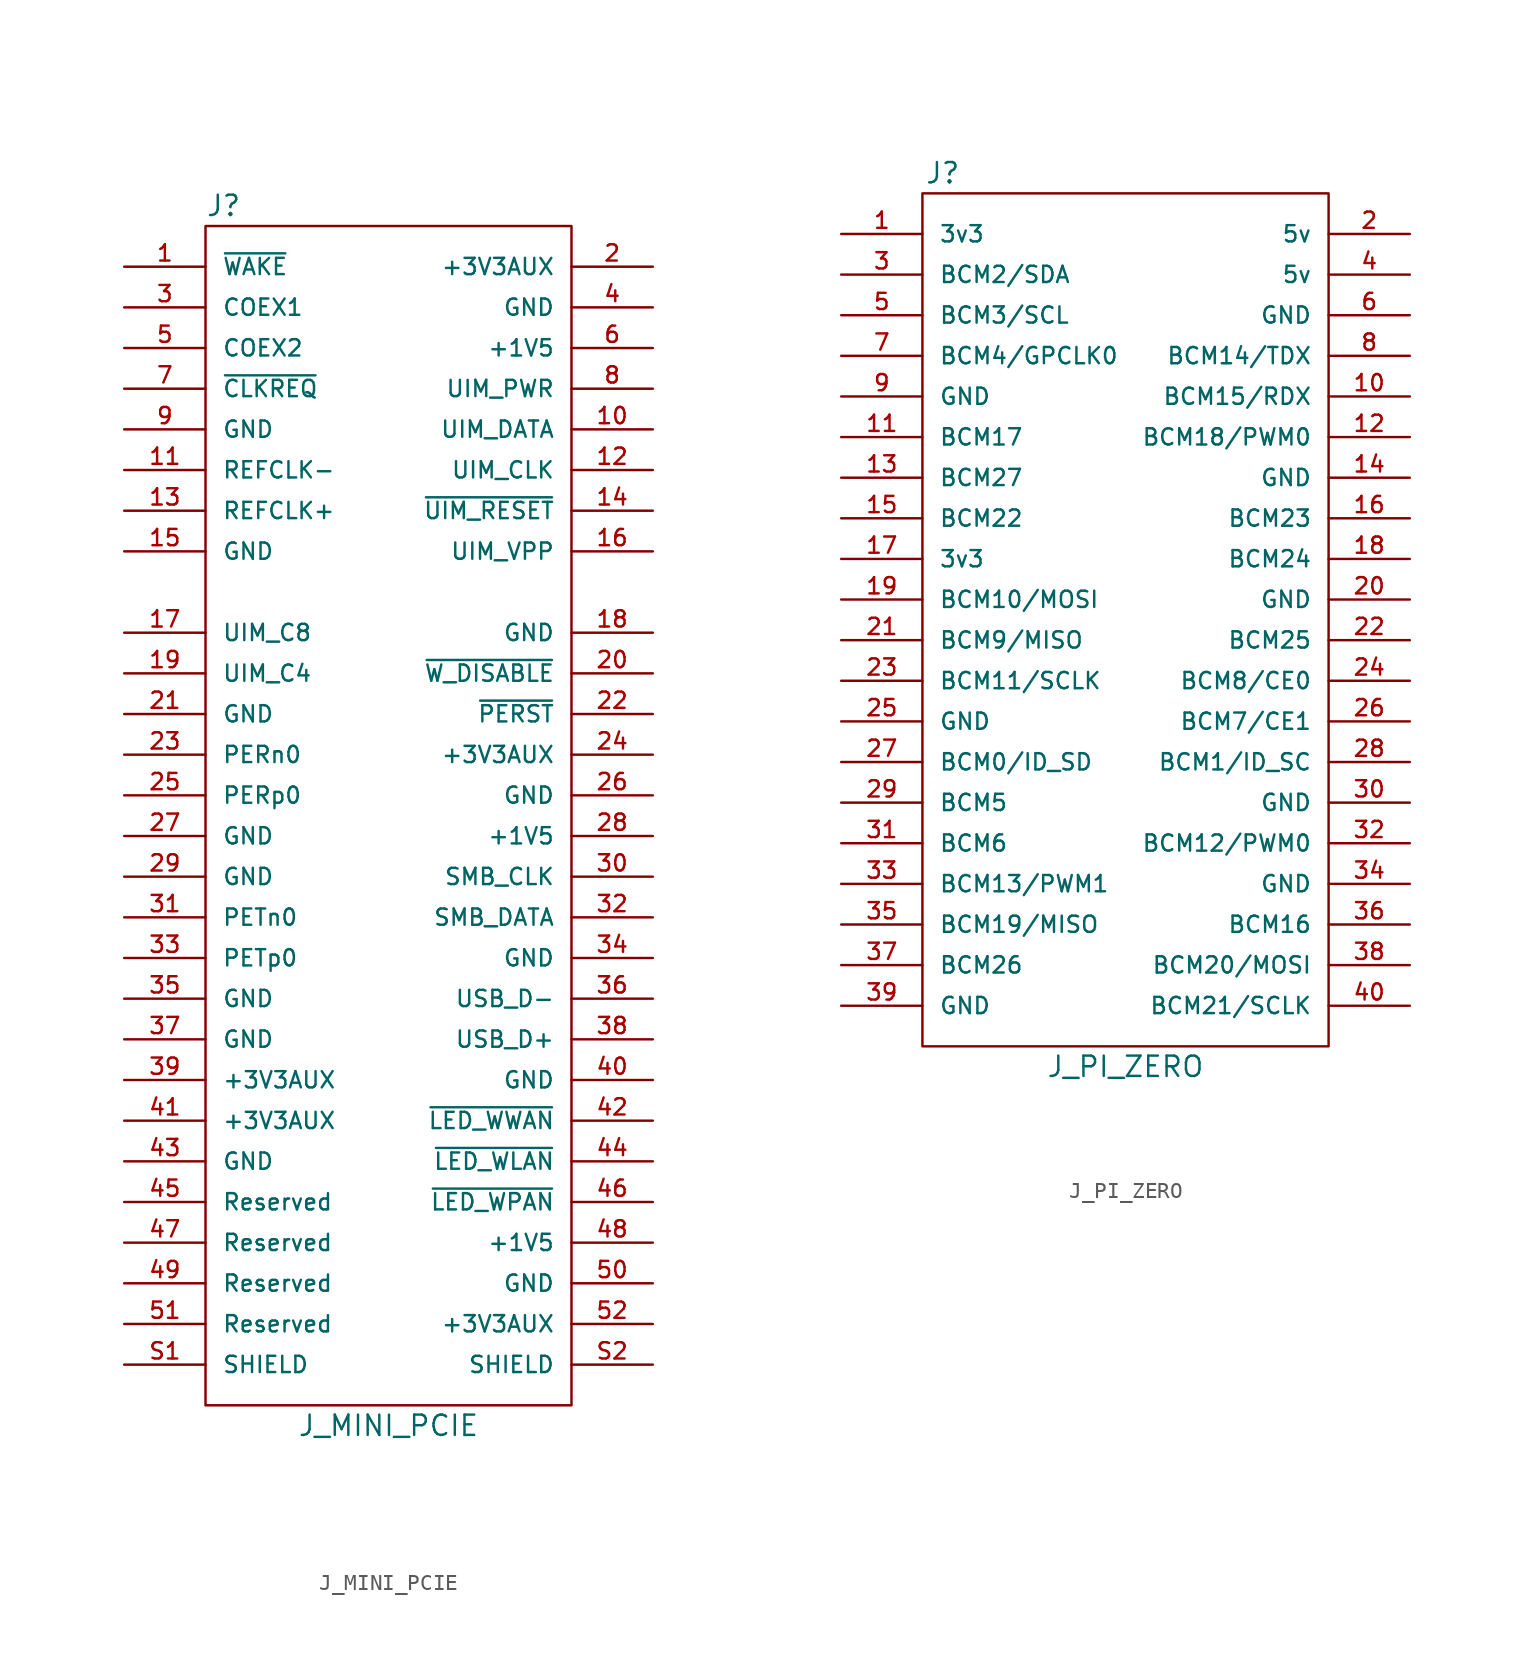
<source format=kicad_sym>
(kicad_symbol_lib
  (version 20220914)
  (generator kicad_symbol_editor)
  (symbol "J_MINI_PCIE"
    (pin_names
      (offset 1.016))
    (property "Reference" "J"
      (at -11.43 36.83 0)
      (effects (font (size 1.27 1.27)) (justify left)))
    (property "Value" "J_MINI_PCIE"
      (at 0 -39.37 0)
      (effects (font (size 1.27 1.27))))
    (symbol "J_MINI_PCIE_0_1"
      (rectangle (start -11.43 35.56) (end 11.43 -38.1) (stroke (width 0) (type default)) (fill (type none))))
    (symbol "J_MINI_PCIE_1_1"
      (pin open_collector line (at -16.51 33.02 0) (length 5.08) (name "~{WAKE}" (effects (font (size 1.016 1.016)))) (number "1" (effects (font (size 1.016 1.016)))))
      (pin bidirectional line (at 16.51 22.86 180) (length 5.08) (name "UIM_DATA" (effects (font (size 1.016 1.016)))) (number "10" (effects (font (size 1.016 1.016)))))
      (pin input line (at -16.51 20.32 0) (length 5.08) (name "REFCLK-" (effects (font (size 1.016 1.016)))) (number "11" (effects (font (size 1.016 1.016)))))
      (pin output line (at 16.51 20.32 180) (length 5.08) (name "UIM_CLK" (effects (font (size 1.016 1.016)))) (number "12" (effects (font (size 1.016 1.016)))))
      (pin input line (at -16.51 17.78 0) (length 5.08) (name "REFCLK+" (effects (font (size 1.016 1.016)))) (number "13" (effects (font (size 1.016 1.016)))))
      (pin output line (at 16.51 17.78 180) (length 5.08) (name "~{UIM_RESET}" (effects (font (size 1.016 1.016)))) (number "14" (effects (font (size 1.016 1.016)))))
      (pin passive line (at -16.51 15.24 0) (length 5.08) (name "GND" (effects (font (size 1.016 1.016)))) (number "15" (effects (font (size 1.016 1.016)))))
      (pin power_out line (at 16.51 15.24 180) (length 5.08) (name "UIM_VPP" (effects (font (size 1.016 1.016)))) (number "16" (effects (font (size 1.016 1.016)))))
      (pin passive line (at -16.51 10.16 0) (length 5.08) (name "UIM_C8" (effects (font (size 1.016 1.016)))) (number "17" (effects (font (size 1.016 1.016)))))
      (pin passive line (at 16.51 10.16 180) (length 5.08) (name "GND" (effects (font (size 1.016 1.016)))) (number "18" (effects (font (size 1.016 1.016)))))
      (pin passive line (at -16.51 7.62 0) (length 5.08) (name "UIM_C4" (effects (font (size 1.016 1.016)))) (number "19" (effects (font (size 1.016 1.016)))))
      (pin power_in line (at 16.51 33.02 180) (length 5.08) (name "+3V3AUX" (effects (font (size 1.016 1.016)))) (number "2" (effects (font (size 1.016 1.016)))))
      (pin input line (at 16.51 7.62 180) (length 5.08) (name "~{W_DISABLE}" (effects (font (size 1.016 1.016)))) (number "20" (effects (font (size 1.016 1.016)))))
      (pin passive line (at -16.51 5.08 0) (length 5.08) (name "GND" (effects (font (size 1.016 1.016)))) (number "21" (effects (font (size 1.016 1.016)))))
      (pin input line (at 16.51 5.08 180) (length 5.08) (name "~{PERST}" (effects (font (size 1.016 1.016)))) (number "22" (effects (font (size 1.016 1.016)))))
      (pin output line (at -16.51 2.54 0) (length 5.08) (name "PERn0" (effects (font (size 1.016 1.016)))) (number "23" (effects (font (size 1.016 1.016)))))
      (pin power_in line (at 16.51 2.54 180) (length 5.08) (name "+3V3AUX" (effects (font (size 1.016 1.016)))) (number "24" (effects (font (size 1.016 1.016)))))
      (pin output line (at -16.51 0 0) (length 5.08) (name "PERp0" (effects (font (size 1.016 1.016)))) (number "25" (effects (font (size 1.016 1.016)))))
      (pin passive line (at 16.51 0 180) (length 5.08) (name "GND" (effects (font (size 1.016 1.016)))) (number "26" (effects (font (size 1.016 1.016)))))
      (pin passive line (at -16.51 -2.54 0) (length 5.08) (name "GND" (effects (font (size 1.016 1.016)))) (number "27" (effects (font (size 1.016 1.016)))))
      (pin power_in line (at 16.51 -2.54 180) (length 5.08) (name "+1V5" (effects (font (size 1.016 1.016)))) (number "28" (effects (font (size 1.016 1.016)))))
      (pin passive line (at -16.51 -5.08 0) (length 5.08) (name "GND" (effects (font (size 1.016 1.016)))) (number "29" (effects (font (size 1.016 1.016)))))
      (pin passive line (at -16.51 30.48 0) (length 5.08) (name "COEX1" (effects (font (size 1.016 1.016)))) (number "3" (effects (font (size 1.016 1.016)))))
      (pin input line (at 16.51 -5.08 180) (length 5.08) (name "SMB_CLK" (effects (font (size 1.016 1.016)))) (number "30" (effects (font (size 1.016 1.016)))))
      (pin input line (at -16.51 -7.62 0) (length 5.08) (name "PETn0" (effects (font (size 1.016 1.016)))) (number "31" (effects (font (size 1.016 1.016)))))
      (pin bidirectional line (at 16.51 -7.62 180) (length 5.08) (name "SMB_DATA" (effects (font (size 1.016 1.016)))) (number "32" (effects (font (size 1.016 1.016)))))
      (pin input line (at -16.51 -10.16 0) (length 5.08) (name "PETp0" (effects (font (size 1.016 1.016)))) (number "33" (effects (font (size 1.016 1.016)))))
      (pin passive line (at 16.51 -10.16 180) (length 5.08) (name "GND" (effects (font (size 1.016 1.016)))) (number "34" (effects (font (size 1.016 1.016)))))
      (pin passive line (at -16.51 -12.7 0) (length 5.08) (name "GND" (effects (font (size 1.016 1.016)))) (number "35" (effects (font (size 1.016 1.016)))))
      (pin bidirectional line (at 16.51 -12.7 180) (length 5.08) (name "USB_D-" (effects (font (size 1.016 1.016)))) (number "36" (effects (font (size 1.016 1.016)))))
      (pin passive line (at -16.51 -15.24 0) (length 5.08) (name "GND" (effects (font (size 1.016 1.016)))) (number "37" (effects (font (size 1.016 1.016)))))
      (pin bidirectional line (at 16.51 -15.24 180) (length 5.08) (name "USB_D+" (effects (font (size 1.016 1.016)))) (number "38" (effects (font (size 1.016 1.016)))))
      (pin power_in line (at -16.51 -17.78 0) (length 5.08) (name "+3V3AUX" (effects (font (size 1.016 1.016)))) (number "39" (effects (font (size 1.016 1.016)))))
      (pin power_in line (at 16.51 30.48 180) (length 5.08) (name "GND" (effects (font (size 1.016 1.016)))) (number "4" (effects (font (size 1.016 1.016)))))
      (pin passive line (at 16.51 -17.78 180) (length 5.08) (name "GND" (effects (font (size 1.016 1.016)))) (number "40" (effects (font (size 1.016 1.016)))))
      (pin power_in line (at -16.51 -20.32 0) (length 5.08) (name "+3V3AUX" (effects (font (size 1.016 1.016)))) (number "41" (effects (font (size 1.016 1.016)))))
      (pin open_collector line (at 16.51 -20.32 180) (length 5.08) (name "~{LED_WWAN}" (effects (font (size 1.016 1.016)))) (number "42" (effects (font (size 1.016 1.016)))))
      (pin passive line (at -16.51 -22.86 0) (length 5.08) (name "GND" (effects (font (size 1.016 1.016)))) (number "43" (effects (font (size 1.016 1.016)))))
      (pin open_collector line (at 16.51 -22.86 180) (length 5.08) (name "~{LED_WLAN}" (effects (font (size 1.016 1.016)))) (number "44" (effects (font (size 1.016 1.016)))))
      (pin passive line (at -16.51 -25.4 0) (length 5.08) (name "Reserved" (effects (font (size 1.016 1.016)))) (number "45" (effects (font (size 1.016 1.016)))))
      (pin open_collector line (at 16.51 -25.4 180) (length 5.08) (name "~{LED_WPAN}" (effects (font (size 1.016 1.016)))) (number "46" (effects (font (size 1.016 1.016)))))
      (pin passive line (at -16.51 -27.94 0) (length 5.08) (name "Reserved" (effects (font (size 1.016 1.016)))) (number "47" (effects (font (size 1.016 1.016)))))
      (pin power_in line (at 16.51 -27.94 180) (length 5.08) (name "+1V5" (effects (font (size 1.016 1.016)))) (number "48" (effects (font (size 1.016 1.016)))))
      (pin passive line (at -16.51 -30.48 0) (length 5.08) (name "Reserved" (effects (font (size 1.016 1.016)))) (number "49" (effects (font (size 1.016 1.016)))))
      (pin passive line (at -16.51 27.94 0) (length 5.08) (name "COEX2" (effects (font (size 1.016 1.016)))) (number "5" (effects (font (size 1.016 1.016)))))
      (pin passive line (at 16.51 -30.48 180) (length 5.08) (name "GND" (effects (font (size 1.016 1.016)))) (number "50" (effects (font (size 1.016 1.016)))))
      (pin passive line (at -16.51 -33.02 0) (length 5.08) (name "Reserved" (effects (font (size 1.016 1.016)))) (number "51" (effects (font (size 1.016 1.016)))))
      (pin power_in line (at 16.51 -33.02 180) (length 5.08) (name "+3V3AUX" (effects (font (size 1.016 1.016)))) (number "52" (effects (font (size 1.016 1.016)))))
      (pin power_in line (at 16.51 27.94 180) (length 5.08) (name "+1V5" (effects (font (size 1.016 1.016)))) (number "6" (effects (font (size 1.016 1.016)))))
      (pin open_collector line (at -16.51 25.4 0) (length 5.08) (name "~{CLKREQ}" (effects (font (size 1.016 1.016)))) (number "7" (effects (font (size 1.016 1.016)))))
      (pin power_out line (at 16.51 25.4 180) (length 5.08) (name "UIM_PWR" (effects (font (size 1.016 1.016)))) (number "8" (effects (font (size 1.016 1.016)))))
      (pin passive line (at -16.51 22.86 0) (length 5.08) (name "GND" (effects (font (size 1.016 1.016)))) (number "9" (effects (font (size 1.016 1.016)))))
      (pin passive line (at -16.51 -35.56 0) (length 5.08) (name "SHIELD" (effects (font (size 1.016 1.016)))) (number "S1" (effects (font (size 1.016 1.016)))))
      (pin passive line (at 16.51 -35.56 180) (length 5.08) (name "SHIELD" (effects (font (size 1.016 1.016)))) (number "S2" (effects (font (size 1.016 1.016)))))))
  (symbol "J_PI_ZERO"
    (pin_names
      (offset 1.016))
    (property "Reference" "J"
      (at -11.43 27.94 0)
      (effects (font (size 1.27 1.27))))
    (property "Value" "J_PI_ZERO"
      (at 0 -27.94 0)
      (effects (font (size 1.27 1.27))))
    (symbol "J_PI_ZERO_1_1"
      (rectangle (start -12.7 26.67) (end 12.7 -26.67) (stroke (width 0) (type default)) (fill (type none)))
      (pin passive line (at -17.78 24.13 0) (length 5.08) (name "3v3" (effects (font (size 1.016 1.016)))) (number "1" (effects (font (size 1.016 1.016)))))
      (pin passive line (at 17.78 13.97 180) (length 5.08) (name "BCM15/RDX" (effects (font (size 1.016 1.016)))) (number "10" (effects (font (size 1.016 1.016)))))
      (pin passive line (at -17.78 11.43 0) (length 5.08) (name "BCM17" (effects (font (size 1.016 1.016)))) (number "11" (effects (font (size 1.016 1.016)))))
      (pin passive line (at 17.78 11.43 180) (length 5.08) (name "BCM18/PWM0" (effects (font (size 1.016 1.016)))) (number "12" (effects (font (size 1.016 1.016)))))
      (pin passive line (at -17.78 8.89 0) (length 5.08) (name "BCM27" (effects (font (size 1.016 1.016)))) (number "13" (effects (font (size 1.016 1.016)))))
      (pin passive line (at 17.78 8.89 180) (length 5.08) (name "GND" (effects (font (size 1.016 1.016)))) (number "14" (effects (font (size 1.016 1.016)))))
      (pin passive line (at -17.78 6.35 0) (length 5.08) (name "BCM22" (effects (font (size 1.016 1.016)))) (number "15" (effects (font (size 1.016 1.016)))))
      (pin passive line (at 17.78 6.35 180) (length 5.08) (name "BCM23" (effects (font (size 1.016 1.016)))) (number "16" (effects (font (size 1.016 1.016)))))
      (pin passive line (at -17.78 3.81 0) (length 5.08) (name "3v3" (effects (font (size 1.016 1.016)))) (number "17" (effects (font (size 1.016 1.016)))))
      (pin passive line (at 17.78 3.81 180) (length 5.08) (name "BCM24" (effects (font (size 1.016 1.016)))) (number "18" (effects (font (size 1.016 1.016)))))
      (pin passive line (at -17.78 1.27 0) (length 5.08) (name "BCM10/MOSI" (effects (font (size 1.016 1.016)))) (number "19" (effects (font (size 1.016 1.016)))))
      (pin passive line (at 17.78 24.13 180) (length 5.08) (name "5v" (effects (font (size 1.016 1.016)))) (number "2" (effects (font (size 1.016 1.016)))))
      (pin passive line (at 17.78 1.27 180) (length 5.08) (name "GND" (effects (font (size 1.016 1.016)))) (number "20" (effects (font (size 1.016 1.016)))))
      (pin passive line (at -17.78 -1.27 0) (length 5.08) (name "BCM9/MISO" (effects (font (size 1.016 1.016)))) (number "21" (effects (font (size 1.016 1.016)))))
      (pin passive line (at 17.78 -1.27 180) (length 5.08) (name "BCM25" (effects (font (size 1.016 1.016)))) (number "22" (effects (font (size 1.016 1.016)))))
      (pin passive line (at -17.78 -3.81 0) (length 5.08) (name "BCM11/SCLK" (effects (font (size 1.016 1.016)))) (number "23" (effects (font (size 1.016 1.016)))))
      (pin passive line (at 17.78 -3.81 180) (length 5.08) (name "BCM8/CE0" (effects (font (size 1.016 1.016)))) (number "24" (effects (font (size 1.016 1.016)))))
      (pin passive line (at -17.78 -6.35 0) (length 5.08) (name "GND" (effects (font (size 1.016 1.016)))) (number "25" (effects (font (size 1.016 1.016)))))
      (pin passive line (at 17.78 -6.35 180) (length 5.08) (name "BCM7/CE1" (effects (font (size 1.016 1.016)))) (number "26" (effects (font (size 1.016 1.016)))))
      (pin passive line (at -17.78 -8.89 0) (length 5.08) (name "BCM0/ID_SD" (effects (font (size 1.016 1.016)))) (number "27" (effects (font (size 1.016 1.016)))))
      (pin passive line (at 17.78 -8.89 180) (length 5.08) (name "BCM1/ID_SC" (effects (font (size 1.016 1.016)))) (number "28" (effects (font (size 1.016 1.016)))))
      (pin passive line (at -17.78 -11.43 0) (length 5.08) (name "BCM5" (effects (font (size 1.016 1.016)))) (number "29" (effects (font (size 1.016 1.016)))))
      (pin passive line (at -17.78 21.59 0) (length 5.08) (name "BCM2/SDA" (effects (font (size 1.016 1.016)))) (number "3" (effects (font (size 1.016 1.016)))))
      (pin passive line (at 17.78 -11.43 180) (length 5.08) (name "GND" (effects (font (size 1.016 1.016)))) (number "30" (effects (font (size 1.016 1.016)))))
      (pin passive line (at -17.78 -13.97 0) (length 5.08) (name "BCM6" (effects (font (size 1.016 1.016)))) (number "31" (effects (font (size 1.016 1.016)))))
      (pin passive line (at 17.78 -13.97 180) (length 5.08) (name "BCM12/PWM0" (effects (font (size 1.016 1.016)))) (number "32" (effects (font (size 1.016 1.016)))))
      (pin passive line (at -17.78 -16.51 0) (length 5.08) (name "BCM13/PWM1" (effects (font (size 1.016 1.016)))) (number "33" (effects (font (size 1.016 1.016)))))
      (pin passive line (at 17.78 -16.51 180) (length 5.08) (name "GND" (effects (font (size 1.016 1.016)))) (number "34" (effects (font (size 1.016 1.016)))))
      (pin passive line (at -17.78 -19.05 0) (length 5.08) (name "BCM19/MISO" (effects (font (size 1.016 1.016)))) (number "35" (effects (font (size 1.016 1.016)))))
      (pin passive line (at 17.78 -19.05 180) (length 5.08) (name "BCM16" (effects (font (size 1.016 1.016)))) (number "36" (effects (font (size 1.016 1.016)))))
      (pin passive line (at -17.78 -21.59 0) (length 5.08) (name "BCM26" (effects (font (size 1.016 1.016)))) (number "37" (effects (font (size 1.016 1.016)))))
      (pin passive line (at 17.78 -21.59 180) (length 5.08) (name "BCM20/MOSI" (effects (font (size 1.016 1.016)))) (number "38" (effects (font (size 1.016 1.016)))))
      (pin passive line (at -17.78 -24.13 0) (length 5.08) (name "GND" (effects (font (size 1.016 1.016)))) (number "39" (effects (font (size 1.016 1.016)))))
      (pin passive line (at 17.78 21.59 180) (length 5.08) (name "5v" (effects (font (size 1.016 1.016)))) (number "4" (effects (font (size 1.016 1.016)))))
      (pin passive line (at 17.78 -24.13 180) (length 5.08) (name "BCM21/SCLK" (effects (font (size 1.016 1.016)))) (number "40" (effects (font (size 1.016 1.016)))))
      (pin passive line (at -17.78 19.05 0) (length 5.08) (name "BCM3/SCL" (effects (font (size 1.016 1.016)))) (number "5" (effects (font (size 1.016 1.016)))))
      (pin passive line (at 17.78 19.05 180) (length 5.08) (name "GND" (effects (font (size 1.016 1.016)))) (number "6" (effects (font (size 1.016 1.016)))))
      (pin passive line (at -17.78 16.51 0) (length 5.08) (name "BCM4/GPCLK0" (effects (font (size 1.016 1.016)))) (number "7" (effects (font (size 1.016 1.016)))))
      (pin passive line (at 17.78 16.51 180) (length 5.08) (name "BCM14/TDX" (effects (font (size 1.016 1.016)))) (number "8" (effects (font (size 1.016 1.016)))))
      (pin passive line (at -17.78 13.97 0) (length 5.08) (name "GND" (effects (font (size 1.016 1.016)))) (number "9" (effects (font (size 1.016 1.016))))))))
</source>
